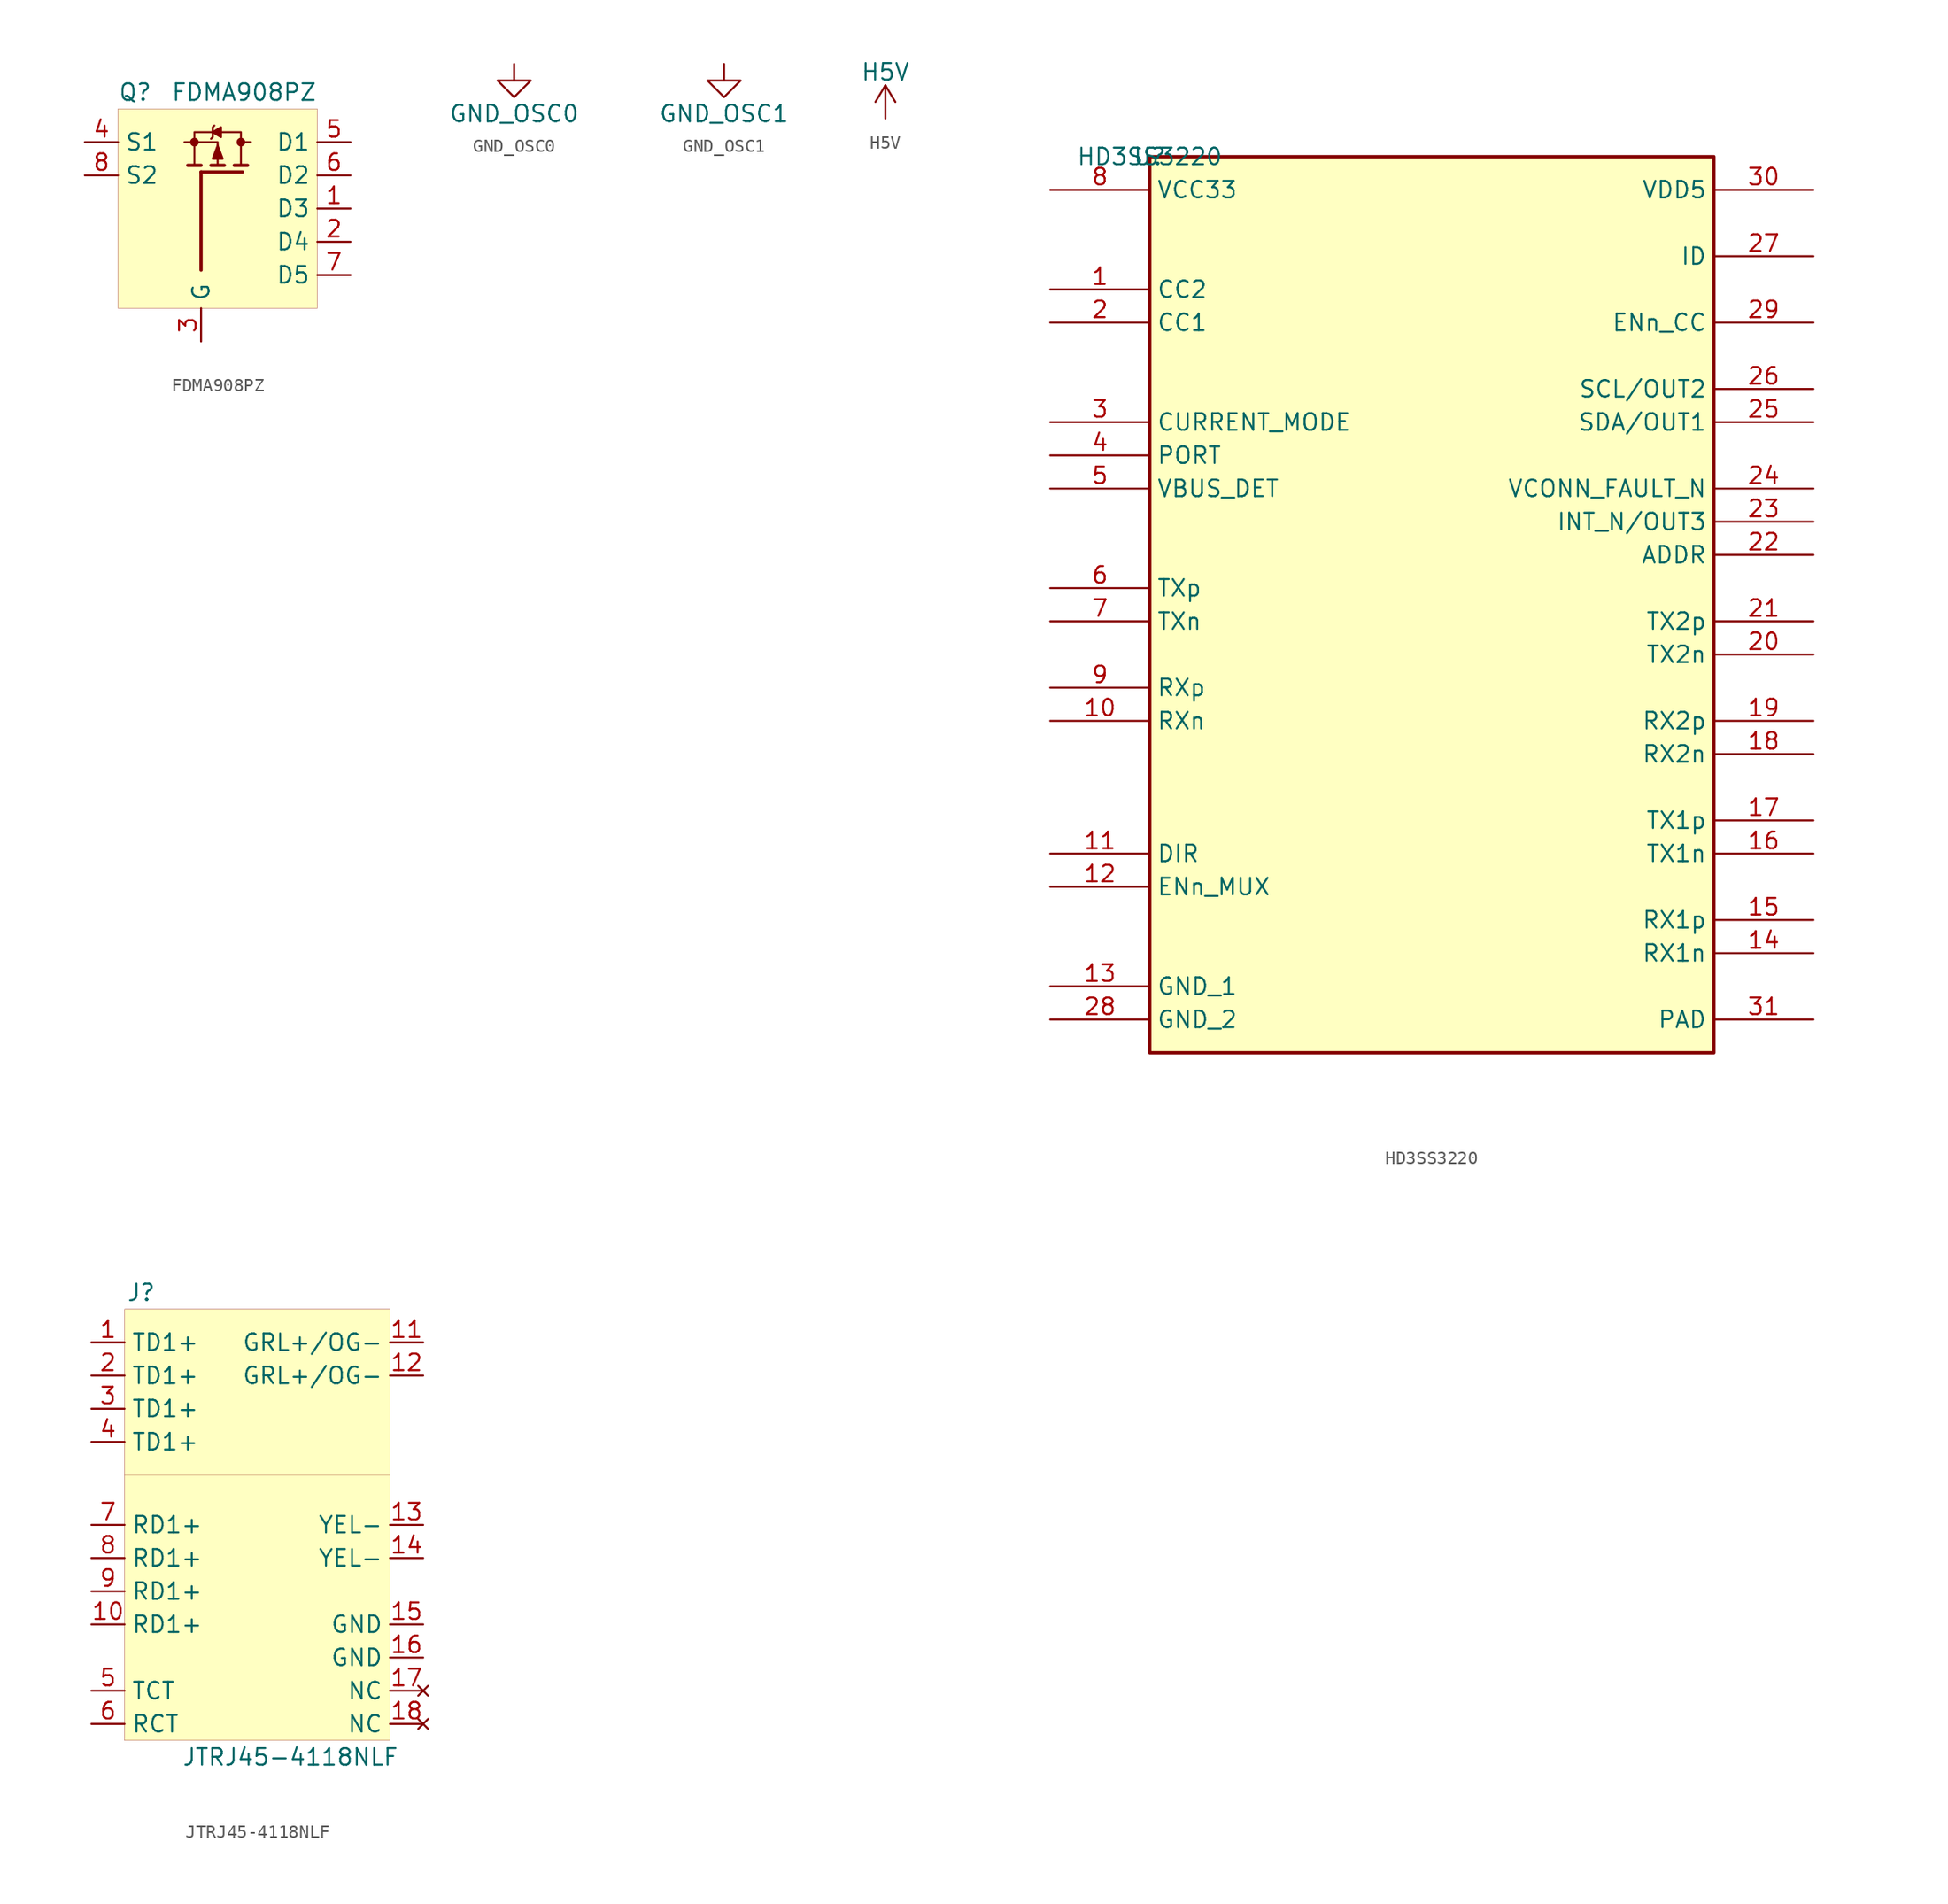
<source format=kicad_sym>
(kicad_symbol_lib
  (version 20201005)
  (generator kicad_symbol_editor)
  (symbol "beaglebone-ai:FDMA908PZ"
    (property "Reference" "Q"
      (at -7.62 8.89 0)
      (effects (font (size 1.27 1.27)) (justify left)))
    (property "Value" "FDMA908PZ"
      (at 7.62 8.89 0)
      (effects (font (size 1.27 1.27)) (justify right)))
    (symbol "FDMA908PZ_0_1"
      (circle (center -1.778 5.08) (radius 0.254) (stroke (width 0)) (fill (type outline)))
      (circle (center 1.778 5.08) (radius 0.254) (stroke (width 0)) (fill (type outline)))
      (rectangle (start -7.62 7.62) (end 7.62 -7.62) (stroke (width 0.001)) (fill (type background)))
      (polyline (pts (xy 1.905 2.794) (xy -1.27 2.794)) (stroke (width 0.254)) (fill (type none)))
      (polyline (pts (xy -1.27 3.302) (xy -2.286 3.302)) (stroke (width 0.254)) (fill (type none)))
      (polyline (pts (xy 0.508 3.302) (xy -0.508 3.302)) (stroke (width 0.254)) (fill (type none)))
      (polyline (pts (xy 2.286 3.302) (xy 1.27 3.302)) (stroke (width 0.254)) (fill (type none)))
      (polyline (pts (xy 2.54 5.08) (xy 1.778 5.08)) (stroke (width 0)) (fill (type none)))
      (polyline (pts (xy -2.54 5.08) (xy 0 5.08) (xy 0 3.302)) (stroke (width 0)) (fill (type none)))
      (polyline (pts (xy 1.778 3.302) (xy 1.778 5.842) (xy -1.778 5.842) (xy -1.778 3.302)) (stroke (width 0)) (fill (type none)))
      (polyline (pts (xy 0 4.826) (xy 0.381 3.81) (xy -0.381 3.81) (xy 0 4.826)) (stroke (width 0)) (fill (type outline)))
      (polyline (pts (xy -0.508 5.334) (xy -0.381 5.461) (xy -0.381 6.223) (xy -0.254 6.35)) (stroke (width 0)) (fill (type none)))
      (polyline (pts (xy -0.381 5.842) (xy 0.254 5.461) (xy 0.254 6.223) (xy -0.381 5.842)) (stroke (width 0)) (fill (type outline)))
      (polyline (pts (xy -1.27 2.794) (xy -1.27 -4.699)) (stroke (width 0.254)) (fill (type none))))
    (symbol "FDMA908PZ_1_1"
      (pin power_in line (at -10.16 5.08 0) (length 2.54) (name "S1" (effects (font (size 1.27 1.27)))) (number "4" (effects (font (size 1.27 1.27)))))
      (pin power_in line (at -10.16 2.54 0) (length 2.54) (name "S2" (effects (font (size 1.27 1.27)))) (number "8" (effects (font (size 1.27 1.27)))))
      (pin power_out line (at 10.16 5.08 180) (length 2.54) (name "D1" (effects (font (size 1.27 1.27)))) (number "5" (effects (font (size 1.27 1.27)))))
      (pin power_out line (at 10.16 2.54 180) (length 2.54) (name "D2" (effects (font (size 1.27 1.27)))) (number "6" (effects (font (size 1.27 1.27)))))
      (pin power_out line (at 10.16 0 180) (length 2.54) (name "D3" (effects (font (size 1.27 1.27)))) (number "1" (effects (font (size 1.27 1.27)))))
      (pin power_out line (at 10.16 -2.54 180) (length 2.54) (name "D4" (effects (font (size 1.27 1.27)))) (number "2" (effects (font (size 1.27 1.27)))))
      (pin power_out line (at 10.16 -5.08 180) (length 2.54) (name "D5" (effects (font (size 1.27 1.27)))) (number "7" (effects (font (size 1.27 1.27)))))
      (pin input line (at -1.27 -10.16 90) (length 2.54) (name "G" (effects (font (size 1.27 1.27)))) (number "3" (effects (font (size 1.27 1.27)))))))
  (symbol "beaglebone-ai:GND_OSC0"
    (power)
    (pin_names
      (offset 0))
    (property "Reference" "#PWR"
      (at 0 -6.35 0)
      (effects (font (size 1.27 1.27)) hide))
    (property "Value" "GND_OSC0"
      (at 0 -3.81 0)
      (effects (font (size 1.27 1.27))))
    (symbol "GND_OSC0_0_1"
      (polyline (pts (xy 0 0) (xy 0 -1.27) (xy 1.27 -1.27) (xy 0 -2.54) (xy -1.27 -1.27) (xy 0 -1.27)) (stroke (width 0)) (fill (type none))))
    (symbol "GND_OSC0_1_1"
      (pin power_in line (at 0 0 270) (length 0) hide (name "GND_OSC0" (effects (font (size 1.27 1.27)))) (number "1" (effects (font (size 1.27 1.27)))))))
  (symbol "beaglebone-ai:GND_OSC1"
    (power)
    (pin_names
      (offset 0))
    (property "Reference" "#PWR"
      (at 0 -6.35 0)
      (effects (font (size 1.27 1.27)) hide))
    (property "Value" "GND_OSC1"
      (at 0 -3.81 0)
      (effects (font (size 1.27 1.27))))
    (symbol "GND_OSC1_0_1"
      (polyline (pts (xy 0 0) (xy 0 -1.27) (xy 1.27 -1.27) (xy 0 -2.54) (xy -1.27 -1.27) (xy 0 -1.27)) (stroke (width 0)) (fill (type none))))
    (symbol "GND_OSC1_1_1"
      (pin power_in line (at 0 0 270) (length 0) hide (name "GND_OSC1" (effects (font (size 1.27 1.27)))) (number "1" (effects (font (size 1.27 1.27)))))))
  (symbol "beaglebone-ai:H5V"
    (power)
    (pin_names
      (offset 0))
    (property "Reference" "#PWR"
      (at 0 -3.81 0)
      (effects (font (size 1.27 1.27)) hide))
    (property "Value" "H5V"
      (at 0 3.556 0)
      (effects (font (size 1.27 1.27))))
    (symbol "H5V_0_1"
      (polyline (pts (xy -0.762 1.27) (xy 0 2.54)) (stroke (width 0)) (fill (type none)))
      (polyline (pts (xy 0 0) (xy 0 2.54)) (stroke (width 0)) (fill (type none)))
      (polyline (pts (xy 0 2.54) (xy 0.762 1.27)) (stroke (width 0)) (fill (type none))))
    (symbol "H5V_1_1"
      (pin power_in line (at 0 0 90) (length 0) hide (name "H5V" (effects (font (size 1.27 1.27)))) (number "1" (effects (font (size 1.27 1.27)))))))
  (symbol "beaglebone-ai:HD3SS3220"
    (property "Reference" "U"
      (at 0 0 0)
      (effects (font (size 1.27 1.27))))
    (property "Value" "HD3SS3220"
      (at 0 0 0)
      (effects (font (size 1.27 1.27))))
    (symbol "HD3SS3220_1_0"
      (rectangle (start 43.18 0) (end 0 -68.58) (stroke (width 0.254)) (fill (type background)))
      (pin power_in line (at -7.62 -2.54 0) (length 7.62) (name "VCC33" (effects (font (size 1.27 1.27)))) (number "8" (effects (font (size 1.27 1.27)))))
      (pin passive line (at -7.62 -10.16 0) (length 7.62) (name "CC2" (effects (font (size 1.27 1.27)))) (number "1" (effects (font (size 1.27 1.27)))))
      (pin passive line (at -7.62 -12.7 0) (length 7.62) (name "CC1" (effects (font (size 1.27 1.27)))) (number "2" (effects (font (size 1.27 1.27)))))
      (pin input line (at -7.62 -20.32 0) (length 7.62) (name "CURRENT_MODE" (effects (font (size 1.27 1.27)))) (number "3" (effects (font (size 1.27 1.27)))))
      (pin input line (at -7.62 -22.86 0) (length 7.62) (name "PORT" (effects (font (size 1.27 1.27)))) (number "4" (effects (font (size 1.27 1.27)))))
      (pin input line (at -7.62 -25.4 0) (length 7.62) (name "VBUS_DET" (effects (font (size 1.27 1.27)))) (number "5" (effects (font (size 1.27 1.27)))))
      (pin passive line (at -7.62 -33.02 0) (length 7.62) (name "TXp" (effects (font (size 1.27 1.27)))) (number "6" (effects (font (size 1.27 1.27)))))
      (pin passive line (at -7.62 -35.56 0) (length 7.62) (name "TXn" (effects (font (size 1.27 1.27)))) (number "7" (effects (font (size 1.27 1.27)))))
      (pin passive line (at -7.62 -40.64 0) (length 7.62) (name "RXp" (effects (font (size 1.27 1.27)))) (number "9" (effects (font (size 1.27 1.27)))))
      (pin passive line (at -7.62 -43.18 0) (length 7.62) (name "RXn" (effects (font (size 1.27 1.27)))) (number "10" (effects (font (size 1.27 1.27)))))
      (pin passive line (at -7.62 -53.34 0) (length 7.62) (name "DIR" (effects (font (size 1.27 1.27)))) (number "11" (effects (font (size 1.27 1.27)))))
      (pin input line (at -7.62 -55.88 0) (length 7.62) (name "ENn_MUX" (effects (font (size 1.27 1.27)))) (number "12" (effects (font (size 1.27 1.27)))))
      (pin power_in line (at -7.62 -63.5 0) (length 7.62) (name "GND_1" (effects (font (size 1.27 1.27)))) (number "13" (effects (font (size 1.27 1.27)))))
      (pin power_in line (at -7.62 -66.04 0) (length 7.62) (name "GND_2" (effects (font (size 1.27 1.27)))) (number "28" (effects (font (size 1.27 1.27)))))
      (pin passive line (at 50.8 -60.96 180) (length 7.62) (name "RX1n" (effects (font (size 1.27 1.27)))) (number "14" (effects (font (size 1.27 1.27)))))
      (pin passive line (at 50.8 -58.42 180) (length 7.62) (name "RX1p" (effects (font (size 1.27 1.27)))) (number "15" (effects (font (size 1.27 1.27)))))
      (pin passive line (at 50.8 -53.34 180) (length 7.62) (name "TX1n" (effects (font (size 1.27 1.27)))) (number "16" (effects (font (size 1.27 1.27)))))
      (pin passive line (at 50.8 -50.8 180) (length 7.62) (name "TX1p" (effects (font (size 1.27 1.27)))) (number "17" (effects (font (size 1.27 1.27)))))
      (pin passive line (at 50.8 -45.72 180) (length 7.62) (name "RX2n" (effects (font (size 1.27 1.27)))) (number "18" (effects (font (size 1.27 1.27)))))
      (pin passive line (at 50.8 -43.18 180) (length 7.62) (name "RX2p" (effects (font (size 1.27 1.27)))) (number "19" (effects (font (size 1.27 1.27)))))
      (pin passive line (at 50.8 -38.1 180) (length 7.62) (name "TX2n" (effects (font (size 1.27 1.27)))) (number "20" (effects (font (size 1.27 1.27)))))
      (pin passive line (at 50.8 -35.56 180) (length 7.62) (name "TX2p" (effects (font (size 1.27 1.27)))) (number "21" (effects (font (size 1.27 1.27)))))
      (pin input line (at 50.8 -30.48 180) (length 7.62) (name "ADDR" (effects (font (size 1.27 1.27)))) (number "22" (effects (font (size 1.27 1.27)))))
      (pin passive line (at 50.8 -27.94 180) (length 7.62) (name "INT_N/OUT3" (effects (font (size 1.27 1.27)))) (number "23" (effects (font (size 1.27 1.27)))))
      (pin passive line (at 50.8 -25.4 180) (length 7.62) (name "VCONN_FAULT_N" (effects (font (size 1.27 1.27)))) (number "24" (effects (font (size 1.27 1.27)))))
      (pin passive line (at 50.8 -20.32 180) (length 7.62) (name "SDA/OUT1" (effects (font (size 1.27 1.27)))) (number "25" (effects (font (size 1.27 1.27)))))
      (pin passive line (at 50.8 -17.78 180) (length 7.62) (name "SCL/OUT2" (effects (font (size 1.27 1.27)))) (number "26" (effects (font (size 1.27 1.27)))))
      (pin passive line (at 50.8 -7.62 180) (length 7.62) (name "ID" (effects (font (size 1.27 1.27)))) (number "27" (effects (font (size 1.27 1.27)))))
      (pin input line (at 50.8 -12.7 180) (length 7.62) (name "ENn_CC" (effects (font (size 1.27 1.27)))) (number "29" (effects (font (size 1.27 1.27)))))
      (pin power_in line (at 50.8 -2.54 180) (length 7.62) (name "VDD5" (effects (font (size 1.27 1.27)))) (number "30" (effects (font (size 1.27 1.27)))))
      (pin power_in line (at 50.8 -66.04 180) (length 7.62) (name "PAD" (effects (font (size 1.27 1.27)))) (number "31" (effects (font (size 1.27 1.27)))))))
  (symbol "beaglebone-ai:JTRJ45-4118NLF"
    (property "Reference" "J"
      (at -8.89 17.78 0)
      (effects (font (size 1.27 1.27))))
    (property "Value" "JTRJ45-4118NLF"
      (at 2.54 -17.78 0)
      (effects (font (size 1.27 1.27))))
    (symbol "JTRJ45-4118NLF_0_1"
      (rectangle (start -10.16 16.51) (end 10.16 -16.51) (stroke (width 0.001)) (fill (type background)))
      (polyline (pts (xy -10.16 3.81) (xy 10.16 3.81)) (stroke (width 0.001)) (fill (type none))))
    (symbol "JTRJ45-4118NLF_1_1"
      (pin passive line (at -12.7 13.97 0) (length 2.54) (name "TD1+" (effects (font (size 1.27 1.27)))) (number "1" (effects (font (size 1.27 1.27)))))
      (pin passive line (at -12.7 11.43 0) (length 2.54) (name "TD1+" (effects (font (size 1.27 1.27)))) (number "2" (effects (font (size 1.27 1.27)))))
      (pin passive line (at -12.7 8.89 0) (length 2.54) (name "TD1+" (effects (font (size 1.27 1.27)))) (number "3" (effects (font (size 1.27 1.27)))))
      (pin passive line (at -12.7 6.35 0) (length 2.54) (name "TD1+" (effects (font (size 1.27 1.27)))) (number "4" (effects (font (size 1.27 1.27)))))
      (pin passive line (at -12.7 0 0) (length 2.54) (name "RD1+" (effects (font (size 1.27 1.27)))) (number "7" (effects (font (size 1.27 1.27)))))
      (pin passive line (at -12.7 -2.54 0) (length 2.54) (name "RD1+" (effects (font (size 1.27 1.27)))) (number "8" (effects (font (size 1.27 1.27)))))
      (pin passive line (at -12.7 -5.08 0) (length 2.54) (name "RD1+" (effects (font (size 1.27 1.27)))) (number "9" (effects (font (size 1.27 1.27)))))
      (pin passive line (at -12.7 -7.62 0) (length 2.54) (name "RD1+" (effects (font (size 1.27 1.27)))) (number "10" (effects (font (size 1.27 1.27)))))
      (pin passive line (at -12.7 -12.7 0) (length 2.54) (name "TCT" (effects (font (size 1.27 1.27)))) (number "5" (effects (font (size 1.27 1.27)))))
      (pin passive line (at -12.7 -15.24 0) (length 2.54) (name "RCT" (effects (font (size 1.27 1.27)))) (number "6" (effects (font (size 1.27 1.27)))))
      (pin passive line (at 12.7 13.97 180) (length 2.54) (name "GRL+/OG-" (effects (font (size 1.27 1.27)))) (number "11" (effects (font (size 1.27 1.27)))))
      (pin passive line (at 12.7 11.43 180) (length 2.54) (name "GRL+/OG-" (effects (font (size 1.27 1.27)))) (number "12" (effects (font (size 1.27 1.27)))))
      (pin passive line (at 12.7 0 180) (length 2.54) (name "YEL-" (effects (font (size 1.27 1.27)))) (number "13" (effects (font (size 1.27 1.27)))))
      (pin passive line (at 12.7 -2.54 180) (length 2.54) (name "YEL-" (effects (font (size 1.27 1.27)))) (number "14" (effects (font (size 1.27 1.27)))))
      (pin power_in line (at 12.7 -7.62 180) (length 2.54) (name "GND" (effects (font (size 1.27 1.27)))) (number "15" (effects (font (size 1.27 1.27)))))
      (pin power_in line (at 12.7 -10.16 180) (length 2.54) (name "GND" (effects (font (size 1.27 1.27)))) (number "16" (effects (font (size 1.27 1.27)))))
      (pin no_connect line (at 12.7 -12.7 180) (length 2.54) (name "NC" (effects (font (size 1.27 1.27)))) (number "17" (effects (font (size 1.27 1.27)))))
      (pin no_connect line (at 12.7 -15.24 180) (length 2.54) (name "NC" (effects (font (size 1.27 1.27)))) (number "18" (effects (font (size 1.27 1.27))))))))
</source>
